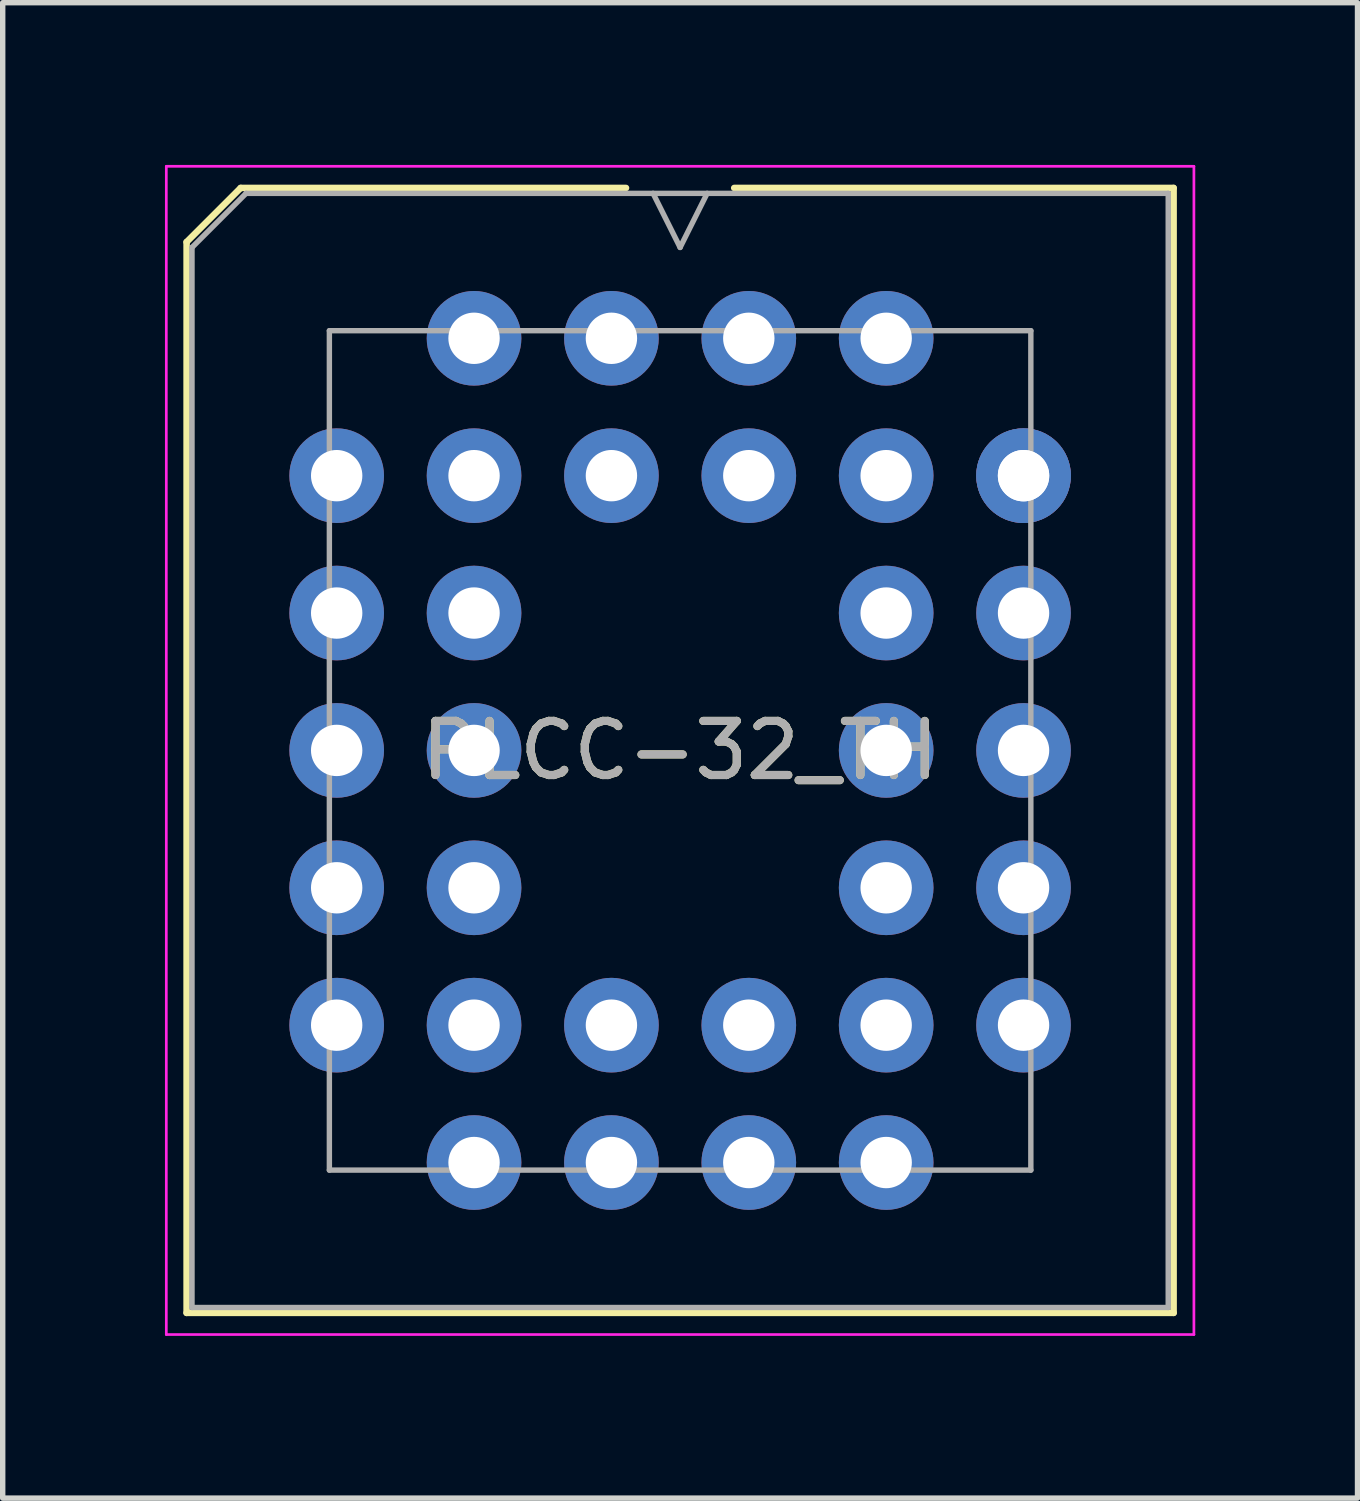
<source format=kicad_pcb>
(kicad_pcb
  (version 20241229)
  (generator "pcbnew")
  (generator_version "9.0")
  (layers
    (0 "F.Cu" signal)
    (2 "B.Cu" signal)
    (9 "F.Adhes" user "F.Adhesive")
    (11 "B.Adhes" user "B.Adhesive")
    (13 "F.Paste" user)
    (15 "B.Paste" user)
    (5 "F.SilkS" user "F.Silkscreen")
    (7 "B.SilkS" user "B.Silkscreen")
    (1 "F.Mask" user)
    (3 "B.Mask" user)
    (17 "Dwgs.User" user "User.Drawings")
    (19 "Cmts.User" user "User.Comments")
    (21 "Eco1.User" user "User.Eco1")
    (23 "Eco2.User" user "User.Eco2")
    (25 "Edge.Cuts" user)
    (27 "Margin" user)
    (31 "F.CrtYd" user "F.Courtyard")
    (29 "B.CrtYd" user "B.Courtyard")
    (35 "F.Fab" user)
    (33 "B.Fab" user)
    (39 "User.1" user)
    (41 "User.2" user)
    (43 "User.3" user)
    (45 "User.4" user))
  (footprint "PLCC-32_TH"
    (layer "F.Cu")
    (at 10.795 5.745)
    (property "Reference" "PLCC-32_TH" (at -1.27 5.08 0) (layer "F.SilkS") (effects (font (size 1 1) (thickness 0.15))))
    (attr through_hole)
    (fp_line (start -10.395 -4.32) (end -10.395 15.48) (stroke (width 0.12) (type solid)) (layer "F.SilkS"))
    (fp_line (start -10.395 15.48) (end 7.855 15.48) (stroke (width 0.12) (type solid)) (layer "F.SilkS"))
    (fp_line (start -9.395 -5.32) (end -10.395 -4.32) (stroke (width 0.12) (type solid)) (layer "F.SilkS"))
    (fp_line (start -2.27 -5.32) (end -9.395 -5.32) (stroke (width 0.12) (type solid)) (layer "F.SilkS"))
    (fp_line (start 7.855 -5.32) (end -0.27 -5.32) (stroke (width 0.12) (type solid)) (layer "F.SilkS"))
    (fp_line (start 7.855 15.48) (end 7.855 -5.32) (stroke (width 0.12) (type solid)) (layer "F.SilkS"))
    (fp_line (start -10.77 -5.72) (end -10.77 15.88) (stroke (width 0.05) (type solid)) (layer "F.CrtYd"))
    (fp_line (start -10.77 15.88) (end 8.23 15.88) (stroke (width 0.05) (type solid)) (layer "F.CrtYd"))
    (fp_line (start 8.23 -5.72) (end -10.77 -5.72) (stroke (width 0.05) (type solid)) (layer "F.CrtYd"))
    (fp_line (start 8.23 15.88) (end 8.23 -5.72) (stroke (width 0.05) (type solid)) (layer "F.CrtYd"))
    (fp_line (start -10.295 -4.22) (end -10.295 15.38) (stroke (width 0.1) (type solid)) (layer "F.Fab"))
    (fp_line (start -10.295 15.38) (end 7.755 15.38) (stroke (width 0.1) (type solid)) (layer "F.Fab"))
    (fp_line (start -9.295 -5.22) (end -10.295 -4.22) (stroke (width 0.1) (type solid)) (layer "F.Fab"))
    (fp_line (start -7.755 -2.68) (end -7.755 12.84) (stroke (width 0.1) (type solid)) (layer "F.Fab"))
    (fp_line (start -7.755 12.84) (end 5.215 12.84) (stroke (width 0.1) (type solid)) (layer "F.Fab"))
    (fp_line (start -1.77 -5.22) (end -1.27 -4.22) (stroke (width 0.1) (type solid)) (layer "F.Fab"))
    (fp_line (start -1.27 -4.22) (end -0.77 -5.22) (stroke (width 0.1) (type solid)) (layer "F.Fab"))
    (fp_line (start 5.215 -2.68) (end -7.755 -2.68) (stroke (width 0.1) (type solid)) (layer "F.Fab"))
    (fp_line (start 5.215 12.84) (end 5.215 -2.68) (stroke (width 0.1) (type solid)) (layer "F.Fab"))
    (fp_line (start 7.755 -5.22) (end -9.295 -5.22) (stroke (width 0.1) (type solid)) (layer "F.Fab"))
    (fp_line (start 7.755 15.38) (end 7.755 -5.22) (stroke (width 0.1) (type solid)) (layer "F.Fab"))
    (fp_text user "${REFERENCE}" (at -1.27 5.08 0) (layer "F.Fab") (effects (font (size 1 1) (thickness 0.15))))
    (pad "1" thru_hole circle (at 0 0) (size 1.75 1.75) (drill 0.95) (layers "*.Cu" "*.Mask"))
    (pad "2" thru_hole circle (at -2.54 -2.54) (size 1.75 1.75) (drill 0.95) (layers "*.Cu" "*.Mask"))
    (pad "3" thru_hole circle (at -2.54 0) (size 1.75 1.75) (drill 0.95) (layers "*.Cu" "*.Mask"))
    (pad "4" thru_hole circle (at -5.08 -2.54) (size 1.75 1.75) (drill 0.95) (layers "*.Cu" "*.Mask"))
    (pad "5" thru_hole circle (at -7.62 0) (size 1.75 1.75) (drill 0.95) (layers "*.Cu" "*.Mask"))
    (pad "6" thru_hole circle (at -5.08 0) (size 1.75 1.75) (drill 0.95) (layers "*.Cu" "*.Mask"))
    (pad "7" thru_hole circle (at -7.62 2.54) (size 1.75 1.75) (drill 0.95) (layers "*.Cu" "*.Mask"))
    (pad "8" thru_hole circle (at -5.08 2.54) (size 1.75 1.75) (drill 0.95) (layers "*.Cu" "*.Mask"))
    (pad "9" thru_hole circle (at -7.62 5.08) (size 1.75 1.75) (drill 0.95) (layers "*.Cu" "*.Mask"))
    (pad "10" thru_hole circle (at -5.08 5.08) (size 1.75 1.75) (drill 0.95) (layers "*.Cu" "*.Mask"))
    (pad "11" thru_hole circle (at -7.62 7.62) (size 1.75 1.75) (drill 0.95) (layers "*.Cu" "*.Mask"))
    (pad "12" thru_hole circle (at -5.08 7.62) (size 1.75 1.75) (drill 0.95) (layers "*.Cu" "*.Mask"))
    (pad "13" thru_hole circle (at -7.62 10.16) (size 1.75 1.75) (drill 0.95) (layers "*.Cu" "*.Mask"))
    (pad "14" thru_hole circle (at -5.08 12.7) (size 1.75 1.75) (drill 0.95) (layers "*.Cu" "*.Mask"))
    (pad "15" thru_hole circle (at -5.08 10.16) (size 1.75 1.75) (drill 0.95) (layers "*.Cu" "*.Mask"))
    (pad "16" thru_hole circle (at -2.54 12.7) (size 1.75 1.75) (drill 0.95) (layers "*.Cu" "*.Mask"))
    (pad "17" thru_hole circle (at -2.54 10.16) (size 1.75 1.75) (drill 0.95) (layers "*.Cu" "*.Mask"))
    (pad "18" thru_hole circle (at 0 12.7) (size 1.75 1.75) (drill 0.95) (layers "*.Cu" "*.Mask"))
    (pad "19" thru_hole circle (at 0 10.16) (size 1.75 1.75) (drill 0.95) (layers "*.Cu" "*.Mask"))
    (pad "20" thru_hole circle (at 2.54 12.7) (size 1.75 1.75) (drill 0.95) (layers "*.Cu" "*.Mask"))
    (pad "21" thru_hole circle (at 5.08 10.16) (size 1.75 1.75) (drill 0.95) (layers "*.Cu" "*.Mask"))
    (pad "22" thru_hole circle (at 2.54 10.16) (size 1.75 1.75) (drill 0.95) (layers "*.Cu" "*.Mask"))
    (pad "23" thru_hole circle (at 5.08 7.62) (size 1.75 1.75) (drill 0.95) (layers "*.Cu" "*.Mask"))
    (pad "24" thru_hole circle (at 2.54 7.62) (size 1.75 1.75) (drill 0.95) (layers "*.Cu" "*.Mask"))
    (pad "25" thru_hole circle (at 5.08 5.08) (size 1.75 1.75) (drill 0.95) (layers "*.Cu" "*.Mask"))
    (pad "26" thru_hole circle (at 2.54 5.08) (size 1.75 1.75) (drill 0.95) (layers "*.Cu" "*.Mask"))
    (pad "27" thru_hole circle (at 5.08 2.54) (size 1.75 1.75) (drill 0.95) (layers "*.Cu" "*.Mask"))
    (pad "28" thru_hole circle (at 2.54 2.54) (size 1.75 1.75) (drill 0.95) (layers "*.Cu" "*.Mask"))
    (pad "29" thru_hole circle (at 5.08 0) (size 1.75 1.75) (drill 0.95) (layers "*.Cu" "*.Mask"))
    (pad "29" thru_hole circle (at 5.08 0) (size 1.75 1.75) (drill 0.95) (layers "*.Cu" "*.Mask"))
    (pad "30" thru_hole circle (at 2.54 -2.54) (size 1.75 1.75) (drill 0.95) (layers "*.Cu" "*.Mask"))
    (pad "31" thru_hole circle (at 2.54 0) (size 1.75 1.75) (drill 0.95) (layers "*.Cu" "*.Mask"))
    (pad "32" thru_hole circle (at 0 -2.54) (size 1.75 1.75) (drill 0.95) (layers "*.Cu" "*.Mask")))
  (gr_rect
    (start -3 -3)
    (end 22.05 24.65)
    (stroke (width 0.1) (type default))
    (fill no)
    (layer "Edge.Cuts")))
</source>
